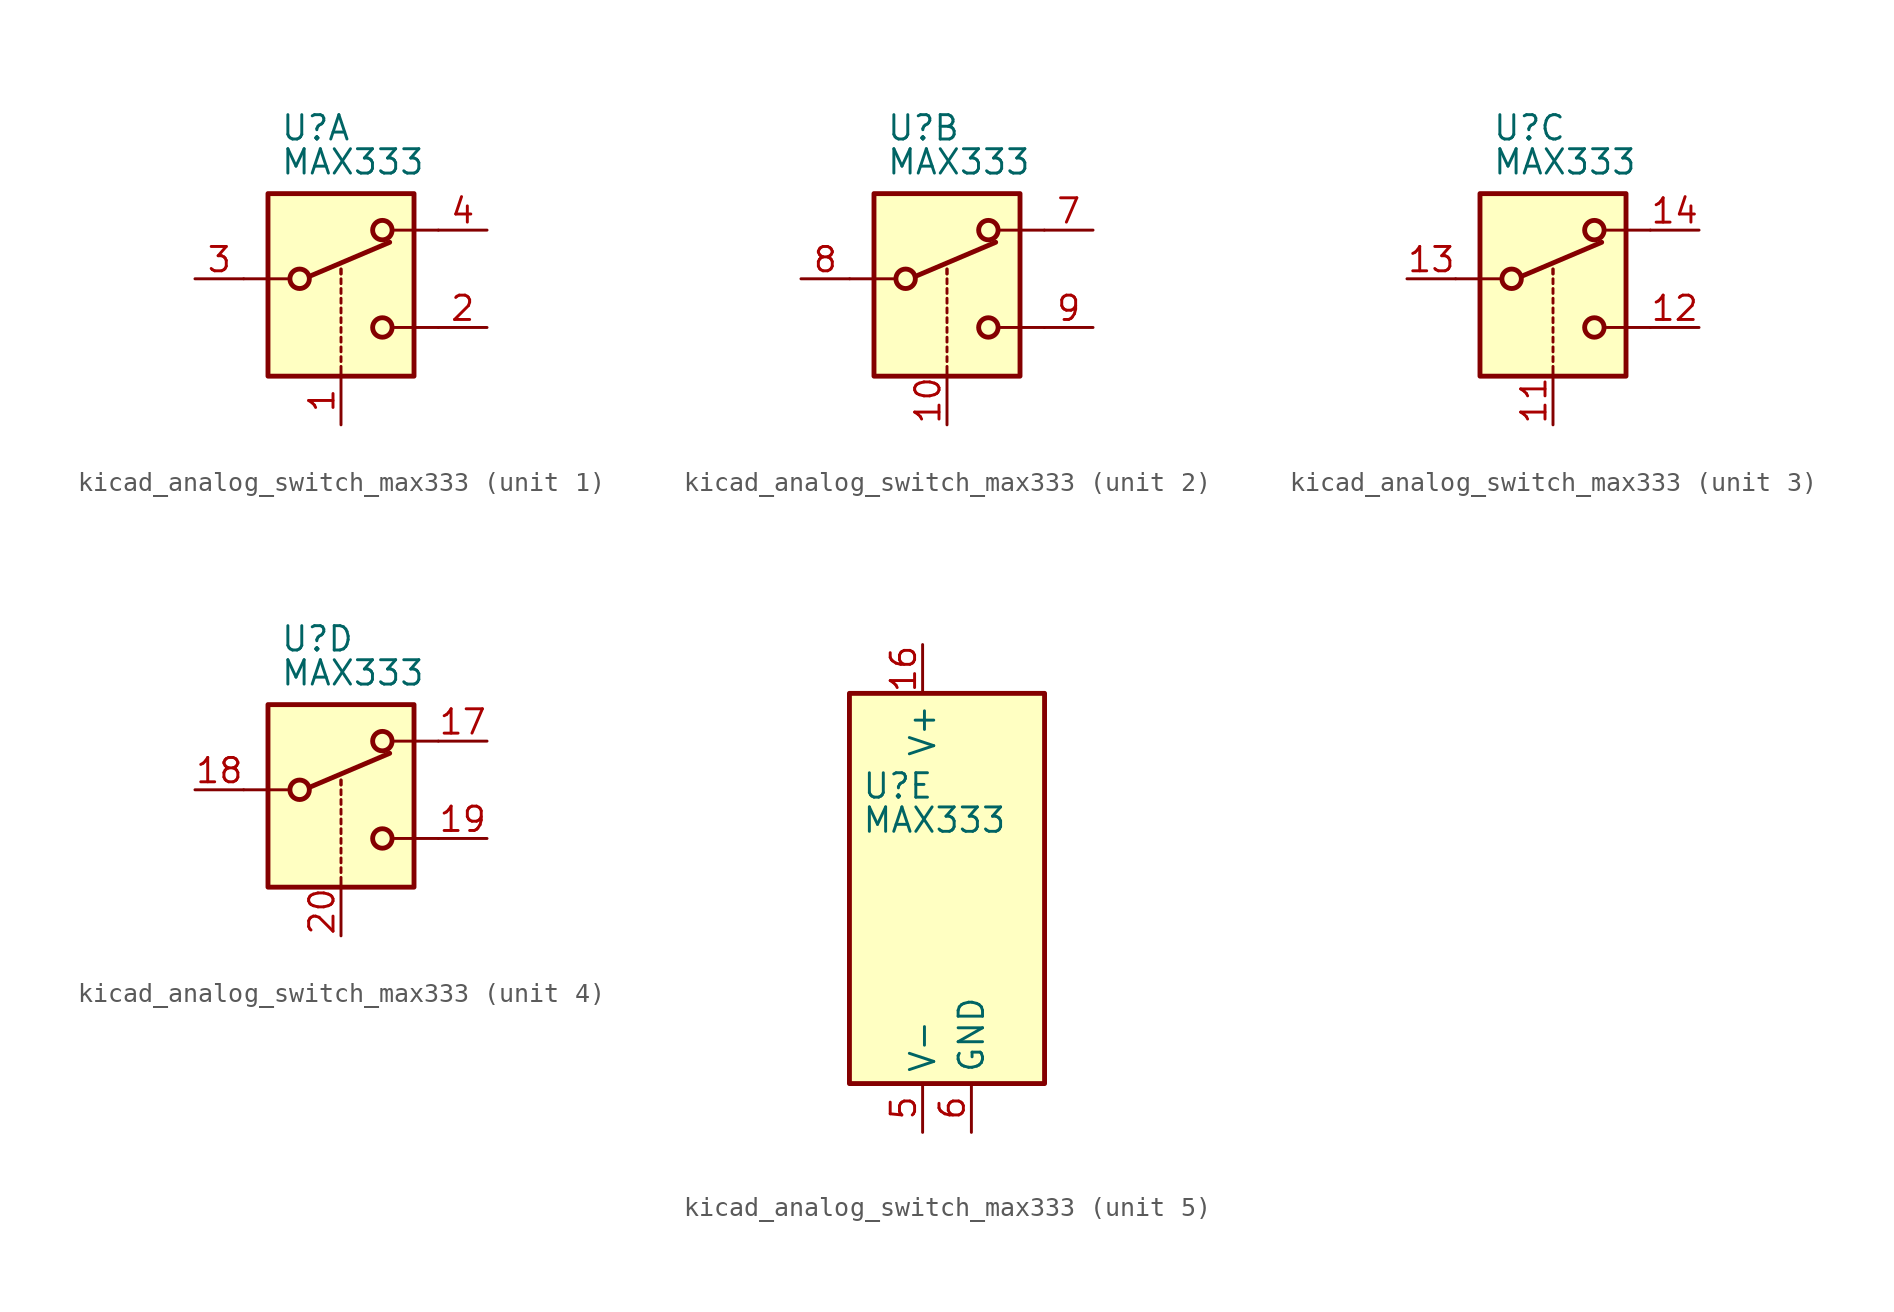
<source format=kicad_sym>
(kicad_symbol_lib
  (version 20220914)
  (generator kicad_symbol_editor)
  (symbol "kicad_analog_switch_max333"
    (property "Reference" "U"
      (at -3.175 5.334 0)
      (effects (font (size 1.27 1.27)) (justify left)))
    (property "Value" "MAX333"
      (at -3.175 3.556 0)
      (effects (font (size 1.27 1.27)) (justify left)))
    (symbol "kicad_analog_switch_max333_1_1"
      (rectangle (start -3.81 1.905) (end 3.81 -7.62) (stroke (width 0.254) (type default)) (fill (type background)))
      (circle (center -2.159 -2.54) (radius 0.508) (stroke (width 0.254) (type default)) (fill (type none)))
      (polyline (pts (xy -5.08 -2.54) (xy -2.794 -2.54)) (stroke (width 0) (type default)) (fill (type none)))
      (polyline (pts (xy -1.651 -2.413) (xy 2.54 -0.635)) (stroke (width 0.254) (type default)) (fill (type none)))
      (polyline (pts (xy 0 -7.62) (xy 0 -7.112)) (stroke (width 0) (type default)) (fill (type none)))
      (polyline (pts (xy 0 -6.858) (xy 0 -6.604)) (stroke (width 0) (type default)) (fill (type none)))
      (polyline (pts (xy 0 -6.35) (xy 0 -6.096)) (stroke (width 0) (type default)) (fill (type none)))
      (polyline (pts (xy 0 -5.842) (xy 0 -5.588)) (stroke (width 0) (type default)) (fill (type none)))
      (polyline (pts (xy 0 -5.334) (xy 0 -5.08)) (stroke (width 0) (type default)) (fill (type none)))
      (polyline (pts (xy 0 -4.826) (xy 0 -4.572)) (stroke (width 0) (type default)) (fill (type none)))
      (polyline (pts (xy 0 -4.318) (xy 0 -4.064)) (stroke (width 0) (type default)) (fill (type none)))
      (polyline (pts (xy 0 -3.81) (xy 0 -3.556)) (stroke (width 0) (type default)) (fill (type none)))
      (polyline (pts (xy 0 -3.302) (xy 0 -3.048)) (stroke (width 0) (type default)) (fill (type none)))
      (polyline (pts (xy 0 -2.794) (xy 0 -2.54)) (stroke (width 0) (type default)) (fill (type none)))
      (polyline (pts (xy 0 -2.286) (xy 0 -2.032)) (stroke (width 0) (type default)) (fill (type none)))
      (polyline (pts (xy 0 -2.286) (xy 0 -2.032)) (stroke (width 0) (type default)) (fill (type none)))
      (polyline (pts (xy 5.08 -5.08) (xy 2.794 -5.08)) (stroke (width 0) (type default)) (fill (type none)))
      (polyline (pts (xy 5.08 0) (xy 2.794 0)) (stroke (width 0) (type default)) (fill (type none)))
      (circle (center 2.159 -5.08) (radius 0.508) (stroke (width 0.254) (type default)) (fill (type none)))
      (circle (center 2.159 0) (radius 0.508) (stroke (width 0.254) (type default)) (fill (type none)))
      (pin input line (at 0 -10.16 90) (length 2.54) (name "~" (effects (font (size 1.27 1.27)))) (number "1" (effects (font (size 1.27 1.27)))))
      (pin passive line (at 7.62 -5.08 180) (length 2.54) (name "~" (effects (font (size 1.27 1.27)))) (number "2" (effects (font (size 1.27 1.27)))))
      (pin passive line (at -7.62 -2.54 0) (length 2.54) (name "~" (effects (font (size 1.27 1.27)))) (number "3" (effects (font (size 1.27 1.27)))))
      (pin passive line (at 7.62 0 180) (length 2.54) (name "~" (effects (font (size 1.27 1.27)))) (number "4" (effects (font (size 1.27 1.27))))))
    (symbol "kicad_analog_switch_max333_2_1"
      (rectangle (start -3.81 1.905) (end 3.81 -7.62) (stroke (width 0.254) (type default)) (fill (type background)))
      (circle (center -2.159 -2.54) (radius 0.508) (stroke (width 0.254) (type default)) (fill (type none)))
      (polyline (pts (xy -5.08 -2.54) (xy -2.794 -2.54)) (stroke (width 0) (type default)) (fill (type none)))
      (polyline (pts (xy -1.651 -2.413) (xy 2.54 -0.635)) (stroke (width 0.254) (type default)) (fill (type none)))
      (polyline (pts (xy 0 -7.62) (xy 0 -7.112)) (stroke (width 0) (type default)) (fill (type none)))
      (polyline (pts (xy 0 -6.858) (xy 0 -6.604)) (stroke (width 0) (type default)) (fill (type none)))
      (polyline (pts (xy 0 -6.35) (xy 0 -6.096)) (stroke (width 0) (type default)) (fill (type none)))
      (polyline (pts (xy 0 -5.842) (xy 0 -5.588)) (stroke (width 0) (type default)) (fill (type none)))
      (polyline (pts (xy 0 -5.334) (xy 0 -5.08)) (stroke (width 0) (type default)) (fill (type none)))
      (polyline (pts (xy 0 -4.826) (xy 0 -4.572)) (stroke (width 0) (type default)) (fill (type none)))
      (polyline (pts (xy 0 -4.318) (xy 0 -4.064)) (stroke (width 0) (type default)) (fill (type none)))
      (polyline (pts (xy 0 -3.81) (xy 0 -3.556)) (stroke (width 0) (type default)) (fill (type none)))
      (polyline (pts (xy 0 -3.302) (xy 0 -3.048)) (stroke (width 0) (type default)) (fill (type none)))
      (polyline (pts (xy 0 -2.794) (xy 0 -2.54)) (stroke (width 0) (type default)) (fill (type none)))
      (polyline (pts (xy 0 -2.286) (xy 0 -2.032)) (stroke (width 0) (type default)) (fill (type none)))
      (polyline (pts (xy 0 -2.286) (xy 0 -2.032)) (stroke (width 0) (type default)) (fill (type none)))
      (polyline (pts (xy 5.08 -5.08) (xy 2.794 -5.08)) (stroke (width 0) (type default)) (fill (type none)))
      (polyline (pts (xy 5.08 0) (xy 2.794 0)) (stroke (width 0) (type default)) (fill (type none)))
      (circle (center 2.159 -5.08) (radius 0.508) (stroke (width 0.254) (type default)) (fill (type none)))
      (circle (center 2.159 0) (radius 0.508) (stroke (width 0.254) (type default)) (fill (type none)))
      (pin input line (at 0 -10.16 90) (length 2.54) (name "~" (effects (font (size 1.27 1.27)))) (number "10" (effects (font (size 1.27 1.27)))))
      (pin passive line (at 7.62 0 180) (length 2.54) (name "~" (effects (font (size 1.27 1.27)))) (number "7" (effects (font (size 1.27 1.27)))))
      (pin passive line (at -7.62 -2.54 0) (length 2.54) (name "~" (effects (font (size 1.27 1.27)))) (number "8" (effects (font (size 1.27 1.27)))))
      (pin passive line (at 7.62 -5.08 180) (length 2.54) (name "~" (effects (font (size 1.27 1.27)))) (number "9" (effects (font (size 1.27 1.27))))))
    (symbol "kicad_analog_switch_max333_3_1"
      (rectangle (start -3.81 1.905) (end 3.81 -7.62) (stroke (width 0.254) (type default)) (fill (type background)))
      (circle (center -2.159 -2.54) (radius 0.508) (stroke (width 0.254) (type default)) (fill (type none)))
      (polyline (pts (xy -5.08 -2.54) (xy -2.794 -2.54)) (stroke (width 0) (type default)) (fill (type none)))
      (polyline (pts (xy -1.651 -2.413) (xy 2.54 -0.635)) (stroke (width 0.254) (type default)) (fill (type none)))
      (polyline (pts (xy 0 -7.62) (xy 0 -7.112)) (stroke (width 0) (type default)) (fill (type none)))
      (polyline (pts (xy 0 -6.858) (xy 0 -6.604)) (stroke (width 0) (type default)) (fill (type none)))
      (polyline (pts (xy 0 -6.35) (xy 0 -6.096)) (stroke (width 0) (type default)) (fill (type none)))
      (polyline (pts (xy 0 -5.842) (xy 0 -5.588)) (stroke (width 0) (type default)) (fill (type none)))
      (polyline (pts (xy 0 -5.334) (xy 0 -5.08)) (stroke (width 0) (type default)) (fill (type none)))
      (polyline (pts (xy 0 -4.826) (xy 0 -4.572)) (stroke (width 0) (type default)) (fill (type none)))
      (polyline (pts (xy 0 -4.318) (xy 0 -4.064)) (stroke (width 0) (type default)) (fill (type none)))
      (polyline (pts (xy 0 -3.81) (xy 0 -3.556)) (stroke (width 0) (type default)) (fill (type none)))
      (polyline (pts (xy 0 -3.302) (xy 0 -3.048)) (stroke (width 0) (type default)) (fill (type none)))
      (polyline (pts (xy 0 -2.794) (xy 0 -2.54)) (stroke (width 0) (type default)) (fill (type none)))
      (polyline (pts (xy 0 -2.286) (xy 0 -2.032)) (stroke (width 0) (type default)) (fill (type none)))
      (polyline (pts (xy 0 -2.286) (xy 0 -2.032)) (stroke (width 0) (type default)) (fill (type none)))
      (polyline (pts (xy 5.08 -5.08) (xy 2.794 -5.08)) (stroke (width 0) (type default)) (fill (type none)))
      (polyline (pts (xy 5.08 0) (xy 2.794 0)) (stroke (width 0) (type default)) (fill (type none)))
      (circle (center 2.159 -5.08) (radius 0.508) (stroke (width 0.254) (type default)) (fill (type none)))
      (circle (center 2.159 0) (radius 0.508) (stroke (width 0.254) (type default)) (fill (type none)))
      (pin input line (at 0 -10.16 90) (length 2.54) (name "~" (effects (font (size 1.27 1.27)))) (number "11" (effects (font (size 1.27 1.27)))))
      (pin passive line (at 7.62 -5.08 180) (length 2.54) (name "~" (effects (font (size 1.27 1.27)))) (number "12" (effects (font (size 1.27 1.27)))))
      (pin passive line (at -7.62 -2.54 0) (length 2.54) (name "~" (effects (font (size 1.27 1.27)))) (number "13" (effects (font (size 1.27 1.27)))))
      (pin passive line (at 7.62 0 180) (length 2.54) (name "~" (effects (font (size 1.27 1.27)))) (number "14" (effects (font (size 1.27 1.27))))))
    (symbol "kicad_analog_switch_max333_4_1"
      (rectangle (start -3.81 1.905) (end 3.81 -7.62) (stroke (width 0.254) (type default)) (fill (type background)))
      (circle (center -2.159 -2.54) (radius 0.508) (stroke (width 0.254) (type default)) (fill (type none)))
      (polyline (pts (xy -5.08 -2.54) (xy -2.794 -2.54)) (stroke (width 0) (type default)) (fill (type none)))
      (polyline (pts (xy -1.651 -2.413) (xy 2.54 -0.635)) (stroke (width 0.254) (type default)) (fill (type none)))
      (polyline (pts (xy 0 -7.62) (xy 0 -7.112)) (stroke (width 0) (type default)) (fill (type none)))
      (polyline (pts (xy 0 -6.858) (xy 0 -6.604)) (stroke (width 0) (type default)) (fill (type none)))
      (polyline (pts (xy 0 -6.35) (xy 0 -6.096)) (stroke (width 0) (type default)) (fill (type none)))
      (polyline (pts (xy 0 -5.842) (xy 0 -5.588)) (stroke (width 0) (type default)) (fill (type none)))
      (polyline (pts (xy 0 -5.334) (xy 0 -5.08)) (stroke (width 0) (type default)) (fill (type none)))
      (polyline (pts (xy 0 -4.826) (xy 0 -4.572)) (stroke (width 0) (type default)) (fill (type none)))
      (polyline (pts (xy 0 -4.318) (xy 0 -4.064)) (stroke (width 0) (type default)) (fill (type none)))
      (polyline (pts (xy 0 -3.81) (xy 0 -3.556)) (stroke (width 0) (type default)) (fill (type none)))
      (polyline (pts (xy 0 -3.302) (xy 0 -3.048)) (stroke (width 0) (type default)) (fill (type none)))
      (polyline (pts (xy 0 -2.794) (xy 0 -2.54)) (stroke (width 0) (type default)) (fill (type none)))
      (polyline (pts (xy 0 -2.286) (xy 0 -2.032)) (stroke (width 0) (type default)) (fill (type none)))
      (polyline (pts (xy 0 -2.286) (xy 0 -2.032)) (stroke (width 0) (type default)) (fill (type none)))
      (polyline (pts (xy 5.08 -5.08) (xy 2.794 -5.08)) (stroke (width 0) (type default)) (fill (type none)))
      (polyline (pts (xy 5.08 0) (xy 2.794 0)) (stroke (width 0) (type default)) (fill (type none)))
      (circle (center 2.159 -5.08) (radius 0.508) (stroke (width 0.254) (type default)) (fill (type none)))
      (circle (center 2.159 0) (radius 0.508) (stroke (width 0.254) (type default)) (fill (type none)))
      (pin passive line (at 7.62 0 180) (length 2.54) (name "~" (effects (font (size 1.27 1.27)))) (number "17" (effects (font (size 1.27 1.27)))))
      (pin passive line (at -7.62 -2.54 0) (length 2.54) (name "~" (effects (font (size 1.27 1.27)))) (number "18" (effects (font (size 1.27 1.27)))))
      (pin passive line (at 7.62 -5.08 180) (length 2.54) (name "~" (effects (font (size 1.27 1.27)))) (number "19" (effects (font (size 1.27 1.27)))))
      (pin input line (at 0 -10.16 90) (length 2.54) (name "~" (effects (font (size 1.27 1.27)))) (number "20" (effects (font (size 1.27 1.27))))))
    (symbol "kicad_analog_switch_max333_5_0"
      (pin no_connect line (at 2.54 10.16 270) (length 2.54) hide (name "NC" (effects (font (size 1.27 1.27)))) (number "15" (effects (font (size 1.27 1.27)))))
      (pin power_in line (at 0 12.7 270) (length 2.54) (name "V+" (effects (font (size 1.27 1.27)))) (number "16" (effects (font (size 1.27 1.27)))))
      (pin power_in line (at 0 -12.7 90) (length 2.54) (name "V-" (effects (font (size 1.27 1.27)))) (number "5" (effects (font (size 1.27 1.27)))))
      (pin power_in line (at 2.54 -12.7 90) (length 2.54) (name "GND" (effects (font (size 1.27 1.27)))) (number "6" (effects (font (size 1.27 1.27))))))
    (symbol "kicad_analog_switch_max333_5_1"
      (rectangle (start -3.81 10.16) (end 6.35 -10.16) (stroke (width 0.254) (type default)) (fill (type background))))))
</source>
